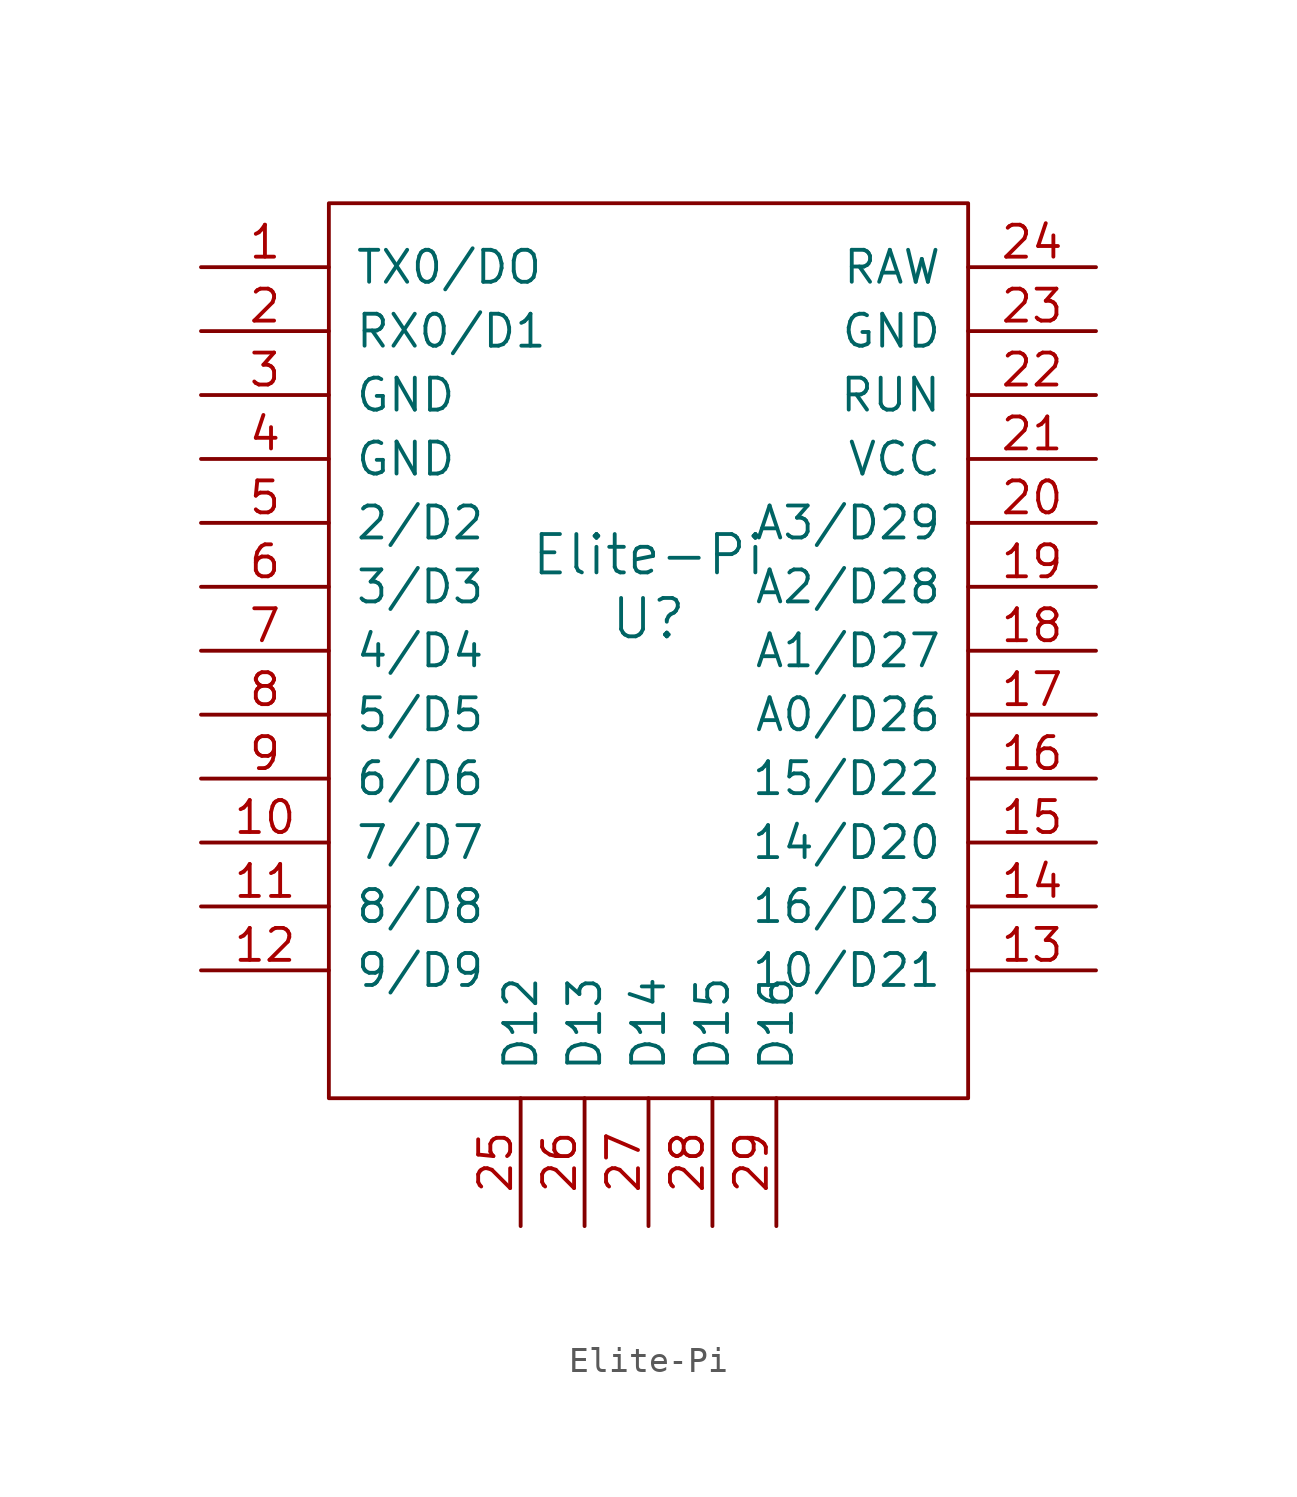
<source format=kicad_sym>
(kicad_symbol_lib
  (version 20220914)
  (generator kicad_symbol_editor)
  (symbol "Elite-Pi"
    (pin_names
      (offset 1.016))
    (property "Reference" "U"
      (at 0 0 0)
      (effects (font (size 1.524 1.524))))
    (property "Value" "Elite-Pi"
      (at 0 2.54 0)
      (effects (font (size 1.524 1.524))))
    (symbol "Elite-Pi_0_1"
      (rectangle (start 12.7 -19.05) (end -12.7 16.51) (stroke (width 0) (type solid)) (fill (type none))))
    (symbol "Elite-Pi_1_1"
      (pin input line (at -17.78 13.97 0) (length 5.08) (name "TX0/DO" (effects (font (size 1.27 1.27)))) (number "1" (effects (font (size 1.27 1.27)))))
      (pin input line (at -17.78 -8.89 0) (length 5.08) (name "7/D7" (effects (font (size 1.27 1.27)))) (number "10" (effects (font (size 1.27 1.27)))))
      (pin input line (at -17.78 -11.43 0) (length 5.08) (name "8/D8" (effects (font (size 1.27 1.27)))) (number "11" (effects (font (size 1.27 1.27)))))
      (pin input line (at -17.78 -13.97 0) (length 5.08) (name "9/D9" (effects (font (size 1.27 1.27)))) (number "12" (effects (font (size 1.27 1.27)))))
      (pin input line (at 17.78 -13.97 180) (length 5.08) (name "10/D21" (effects (font (size 1.27 1.27)))) (number "13" (effects (font (size 1.27 1.27)))))
      (pin input line (at 17.78 -11.43 180) (length 5.08) (name "16/D23" (effects (font (size 1.27 1.27)))) (number "14" (effects (font (size 1.27 1.27)))))
      (pin input line (at 17.78 -8.89 180) (length 5.08) (name "14/D20" (effects (font (size 1.27 1.27)))) (number "15" (effects (font (size 1.27 1.27)))))
      (pin input line (at 17.78 -6.35 180) (length 5.08) (name "15/D22" (effects (font (size 1.27 1.27)))) (number "16" (effects (font (size 1.27 1.27)))))
      (pin input line (at 17.78 -3.81 180) (length 5.08) (name "A0/D26" (effects (font (size 1.27 1.27)))) (number "17" (effects (font (size 1.27 1.27)))))
      (pin input line (at 17.78 -1.27 180) (length 5.08) (name "A1/D27" (effects (font (size 1.27 1.27)))) (number "18" (effects (font (size 1.27 1.27)))))
      (pin input line (at 17.78 1.27 180) (length 5.08) (name "A2/D28" (effects (font (size 1.27 1.27)))) (number "19" (effects (font (size 1.27 1.27)))))
      (pin input line (at -17.78 11.43 0) (length 5.08) (name "RX0/D1" (effects (font (size 1.27 1.27)))) (number "2" (effects (font (size 1.27 1.27)))))
      (pin input line (at 17.78 3.81 180) (length 5.08) (name "A3/D29" (effects (font (size 1.27 1.27)))) (number "20" (effects (font (size 1.27 1.27)))))
      (pin input line (at 17.78 6.35 180) (length 5.08) (name "VCC" (effects (font (size 1.27 1.27)))) (number "21" (effects (font (size 1.27 1.27)))))
      (pin input line (at 17.78 8.89 180) (length 5.08) (name "RUN" (effects (font (size 1.27 1.27)))) (number "22" (effects (font (size 1.27 1.27)))))
      (pin input line (at 17.78 11.43 180) (length 5.08) (name "GND" (effects (font (size 1.27 1.27)))) (number "23" (effects (font (size 1.27 1.27)))))
      (pin input line (at 17.78 13.97 180) (length 5.08) (name "RAW" (effects (font (size 1.27 1.27)))) (number "24" (effects (font (size 1.27 1.27)))))
      (pin input line (at -5.08 -24.13 90) (length 5.08) (name "D12" (effects (font (size 1.27 1.27)))) (number "25" (effects (font (size 1.27 1.27)))))
      (pin input line (at -2.54 -24.13 90) (length 5.08) (name "D13" (effects (font (size 1.27 1.27)))) (number "26" (effects (font (size 1.27 1.27)))))
      (pin input line (at 0 -24.13 90) (length 5.08) (name "D14" (effects (font (size 1.27 1.27)))) (number "27" (effects (font (size 1.27 1.27)))))
      (pin input line (at 2.54 -24.13 90) (length 5.08) (name "D15" (effects (font (size 1.27 1.27)))) (number "28" (effects (font (size 1.27 1.27)))))
      (pin input line (at 5.08 -24.13 90) (length 5.08) (name "D16" (effects (font (size 1.27 1.27)))) (number "29" (effects (font (size 1.27 1.27)))))
      (pin input line (at -17.78 8.89 0) (length 5.08) (name "GND" (effects (font (size 1.27 1.27)))) (number "3" (effects (font (size 1.27 1.27)))))
      (pin input line (at -17.78 6.35 0) (length 5.08) (name "GND" (effects (font (size 1.27 1.27)))) (number "4" (effects (font (size 1.27 1.27)))))
      (pin input line (at -17.78 3.81 0) (length 5.08) (name "2/D2" (effects (font (size 1.27 1.27)))) (number "5" (effects (font (size 1.27 1.27)))))
      (pin input line (at -17.78 1.27 0) (length 5.08) (name "3/D3" (effects (font (size 1.27 1.27)))) (number "6" (effects (font (size 1.27 1.27)))))
      (pin input line (at -17.78 -1.27 0) (length 5.08) (name "4/D4" (effects (font (size 1.27 1.27)))) (number "7" (effects (font (size 1.27 1.27)))))
      (pin input line (at -17.78 -3.81 0) (length 5.08) (name "5/D5" (effects (font (size 1.27 1.27)))) (number "8" (effects (font (size 1.27 1.27)))))
      (pin input line (at -17.78 -6.35 0) (length 5.08) (name "6/D6" (effects (font (size 1.27 1.27)))) (number "9" (effects (font (size 1.27 1.27))))))))
</source>
